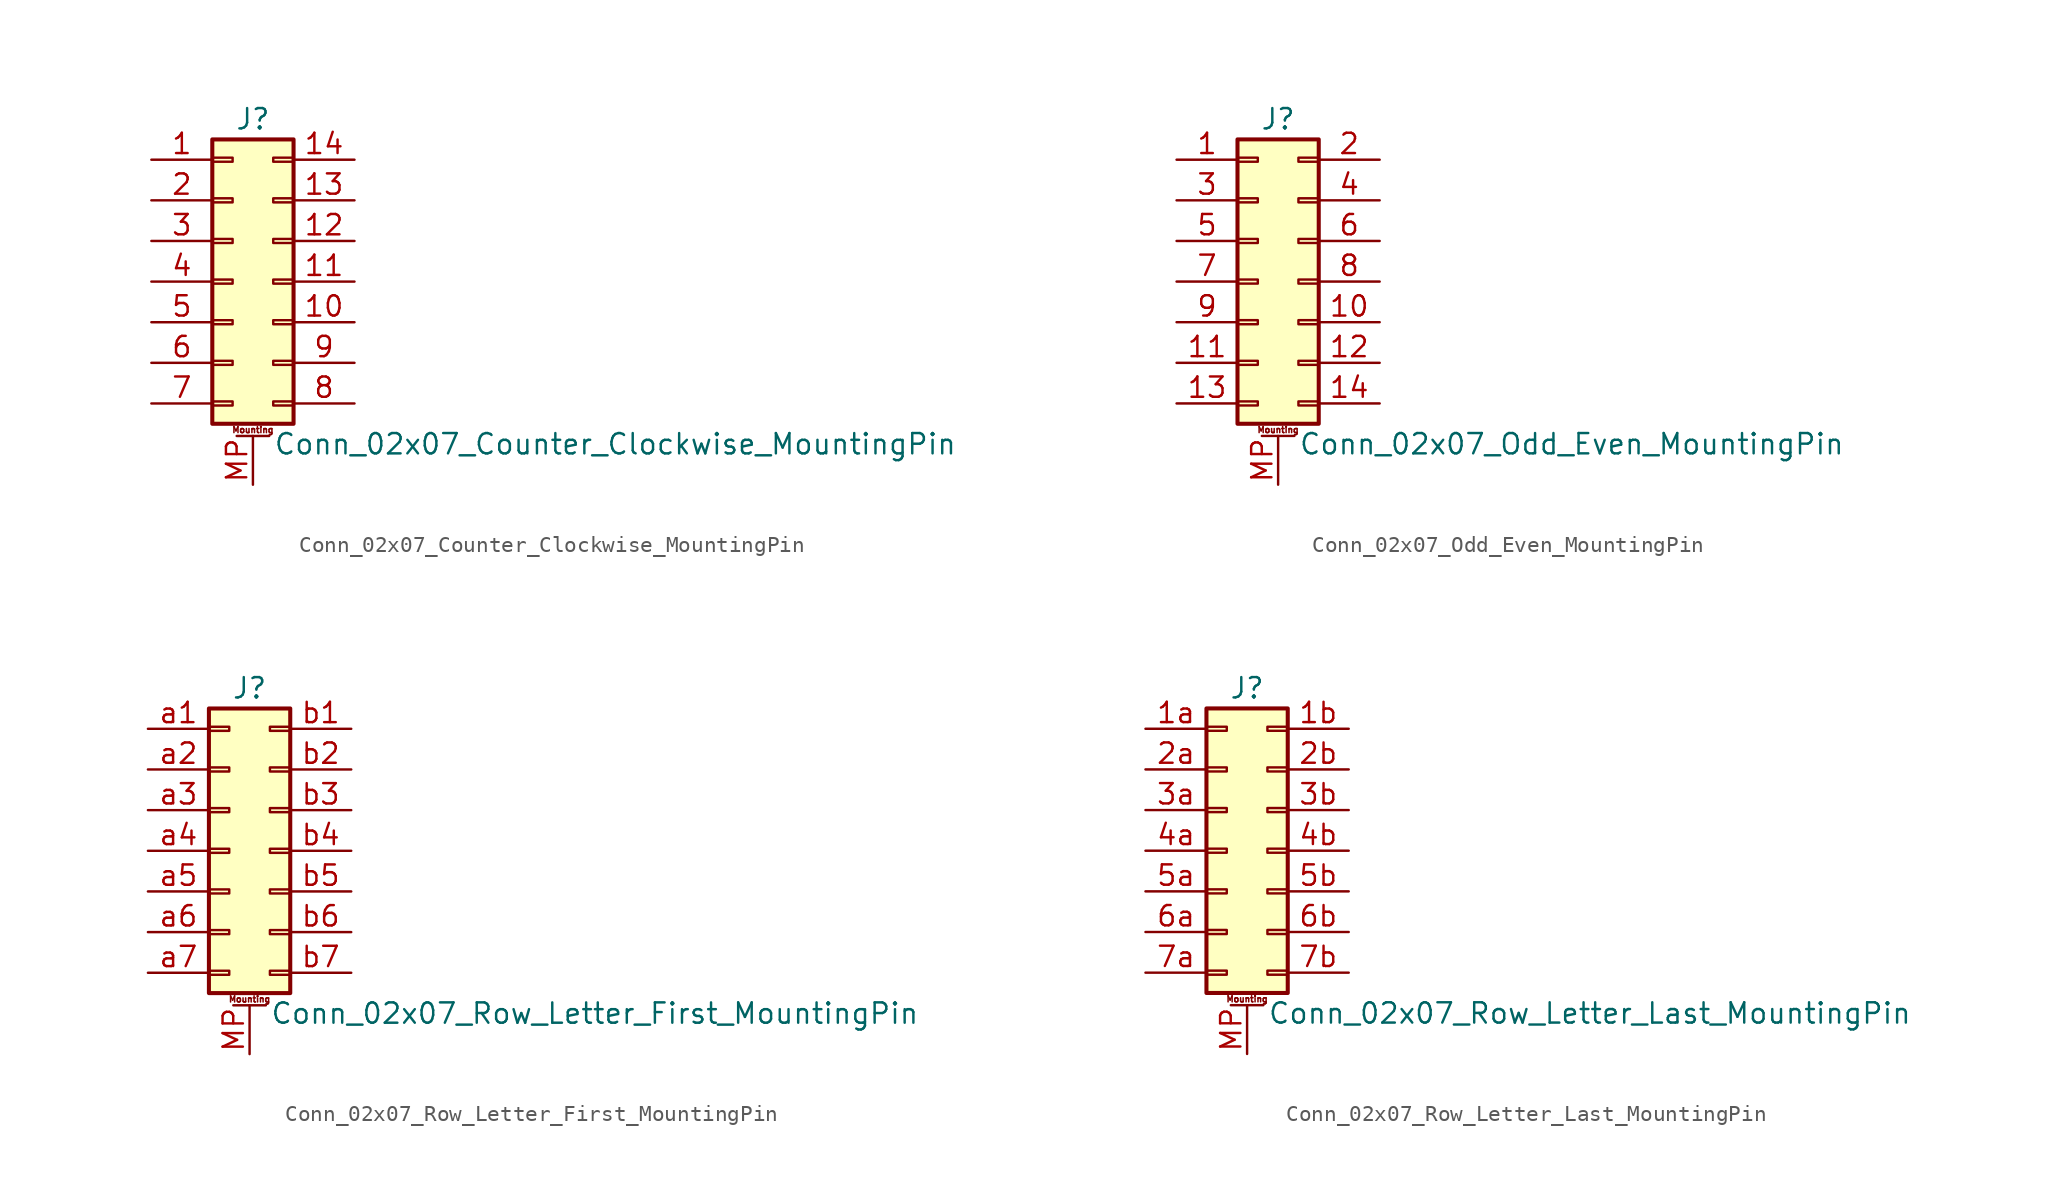
<source format=kicad_sym>
(kicad_symbol_lib
  (version 20201005)
  (generator kicad_symbol_editor)
  (symbol "Conn_02x07_Counter_Clockwise_MountingPin"
    (pin_names
      (offset 1.016) hide)
    (property "Reference" "J"
      (at 1.27 10.16 0)
      (effects (font (size 1.27 1.27))))
    (property "Value" "Conn_02x07_Counter_Clockwise_MountingPin"
      (at 2.54 -10.16 0)
      (effects (font (size 1.27 1.27)) (justify left)))
    (symbol "Conn_02x07_Counter_Clockwise_MountingPin_1_1"
      (text "Mounting" (at 1.27 -9.271 0) (effects (font (size 0.381 0.381))))
      (rectangle (start -1.27 -7.493) (end 0 -7.747) (stroke (width 0.152)) (fill (type none)))
      (rectangle (start -1.27 -4.953) (end 0 -5.207) (stroke (width 0.152)) (fill (type none)))
      (rectangle (start -1.27 -2.413) (end 0 -2.667) (stroke (width 0.152)) (fill (type none)))
      (rectangle (start -1.27 0.127) (end 0 -0.127) (stroke (width 0.152)) (fill (type none)))
      (rectangle (start -1.27 2.667) (end 0 2.413) (stroke (width 0.152)) (fill (type none)))
      (rectangle (start -1.27 5.207) (end 0 4.953) (stroke (width 0.152)) (fill (type none)))
      (rectangle (start -1.27 7.747) (end 0 7.493) (stroke (width 0.152)) (fill (type none)))
      (rectangle (start 3.81 -7.493) (end 2.54 -7.747) (stroke (width 0.152)) (fill (type none)))
      (rectangle (start 3.81 -4.953) (end 2.54 -5.207) (stroke (width 0.152)) (fill (type none)))
      (rectangle (start 3.81 -2.413) (end 2.54 -2.667) (stroke (width 0.152)) (fill (type none)))
      (rectangle (start 3.81 0.127) (end 2.54 -0.127) (stroke (width 0.152)) (fill (type none)))
      (rectangle (start 3.81 2.667) (end 2.54 2.413) (stroke (width 0.152)) (fill (type none)))
      (rectangle (start 3.81 5.207) (end 2.54 4.953) (stroke (width 0.152)) (fill (type none)))
      (rectangle (start 3.81 7.747) (end 2.54 7.493) (stroke (width 0.152)) (fill (type none)))
      (rectangle (start -1.27 8.89) (end 3.81 -8.89) (stroke (width 0.254)) (fill (type background)))
      (polyline (pts (xy 0.254 -9.652) (xy 2.286 -9.652)) (stroke (width 0.152)) (fill (type none)))
      (pin passive line (at -5.08 7.62 0) (length 3.81) (name "Pin_1" (effects (font (size 1.27 1.27)))) (number "1" (effects (font (size 1.27 1.27)))))
      (pin passive line (at 7.62 -2.54 180) (length 3.81) (name "Pin_10" (effects (font (size 1.27 1.27)))) (number "10" (effects (font (size 1.27 1.27)))))
      (pin passive line (at 7.62 0 180) (length 3.81) (name "Pin_11" (effects (font (size 1.27 1.27)))) (number "11" (effects (font (size 1.27 1.27)))))
      (pin passive line (at 7.62 2.54 180) (length 3.81) (name "Pin_12" (effects (font (size 1.27 1.27)))) (number "12" (effects (font (size 1.27 1.27)))))
      (pin passive line (at 7.62 5.08 180) (length 3.81) (name "Pin_13" (effects (font (size 1.27 1.27)))) (number "13" (effects (font (size 1.27 1.27)))))
      (pin passive line (at 7.62 7.62 180) (length 3.81) (name "Pin_14" (effects (font (size 1.27 1.27)))) (number "14" (effects (font (size 1.27 1.27)))))
      (pin passive line (at -5.08 5.08 0) (length 3.81) (name "Pin_2" (effects (font (size 1.27 1.27)))) (number "2" (effects (font (size 1.27 1.27)))))
      (pin passive line (at -5.08 2.54 0) (length 3.81) (name "Pin_3" (effects (font (size 1.27 1.27)))) (number "3" (effects (font (size 1.27 1.27)))))
      (pin passive line (at -5.08 0 0) (length 3.81) (name "Pin_4" (effects (font (size 1.27 1.27)))) (number "4" (effects (font (size 1.27 1.27)))))
      (pin passive line (at -5.08 -2.54 0) (length 3.81) (name "Pin_5" (effects (font (size 1.27 1.27)))) (number "5" (effects (font (size 1.27 1.27)))))
      (pin passive line (at -5.08 -5.08 0) (length 3.81) (name "Pin_6" (effects (font (size 1.27 1.27)))) (number "6" (effects (font (size 1.27 1.27)))))
      (pin passive line (at -5.08 -7.62 0) (length 3.81) (name "Pin_7" (effects (font (size 1.27 1.27)))) (number "7" (effects (font (size 1.27 1.27)))))
      (pin passive line (at 7.62 -7.62 180) (length 3.81) (name "Pin_8" (effects (font (size 1.27 1.27)))) (number "8" (effects (font (size 1.27 1.27)))))
      (pin passive line (at 7.62 -5.08 180) (length 3.81) (name "Pin_9" (effects (font (size 1.27 1.27)))) (number "9" (effects (font (size 1.27 1.27)))))
      (pin passive line (at 1.27 -12.7 90) (length 3.048) (name "MountPin" (effects (font (size 1.27 1.27)))) (number "MP" (effects (font (size 1.27 1.27)))))))
  (symbol "Conn_02x07_Odd_Even_MountingPin"
    (pin_names
      (offset 1.016) hide)
    (property "Reference" "J"
      (at 1.27 10.16 0)
      (effects (font (size 1.27 1.27))))
    (property "Value" "Conn_02x07_Odd_Even_MountingPin"
      (at 2.54 -10.16 0)
      (effects (font (size 1.27 1.27)) (justify left)))
    (symbol "Conn_02x07_Odd_Even_MountingPin_1_1"
      (text "Mounting" (at 1.27 -9.271 0) (effects (font (size 0.381 0.381))))
      (rectangle (start -1.27 -7.493) (end 0 -7.747) (stroke (width 0.152)) (fill (type none)))
      (rectangle (start -1.27 -4.953) (end 0 -5.207) (stroke (width 0.152)) (fill (type none)))
      (rectangle (start -1.27 -2.413) (end 0 -2.667) (stroke (width 0.152)) (fill (type none)))
      (rectangle (start -1.27 0.127) (end 0 -0.127) (stroke (width 0.152)) (fill (type none)))
      (rectangle (start -1.27 2.667) (end 0 2.413) (stroke (width 0.152)) (fill (type none)))
      (rectangle (start -1.27 5.207) (end 0 4.953) (stroke (width 0.152)) (fill (type none)))
      (rectangle (start -1.27 7.747) (end 0 7.493) (stroke (width 0.152)) (fill (type none)))
      (rectangle (start 3.81 -7.493) (end 2.54 -7.747) (stroke (width 0.152)) (fill (type none)))
      (rectangle (start 3.81 -4.953) (end 2.54 -5.207) (stroke (width 0.152)) (fill (type none)))
      (rectangle (start 3.81 -2.413) (end 2.54 -2.667) (stroke (width 0.152)) (fill (type none)))
      (rectangle (start 3.81 0.127) (end 2.54 -0.127) (stroke (width 0.152)) (fill (type none)))
      (rectangle (start 3.81 2.667) (end 2.54 2.413) (stroke (width 0.152)) (fill (type none)))
      (rectangle (start 3.81 5.207) (end 2.54 4.953) (stroke (width 0.152)) (fill (type none)))
      (rectangle (start 3.81 7.747) (end 2.54 7.493) (stroke (width 0.152)) (fill (type none)))
      (rectangle (start -1.27 8.89) (end 3.81 -8.89) (stroke (width 0.254)) (fill (type background)))
      (polyline (pts (xy 0.254 -9.652) (xy 2.286 -9.652)) (stroke (width 0.152)) (fill (type none)))
      (pin passive line (at -5.08 7.62 0) (length 3.81) (name "Pin_1" (effects (font (size 1.27 1.27)))) (number "1" (effects (font (size 1.27 1.27)))))
      (pin passive line (at 7.62 -2.54 180) (length 3.81) (name "Pin_10" (effects (font (size 1.27 1.27)))) (number "10" (effects (font (size 1.27 1.27)))))
      (pin passive line (at -5.08 -5.08 0) (length 3.81) (name "Pin_11" (effects (font (size 1.27 1.27)))) (number "11" (effects (font (size 1.27 1.27)))))
      (pin passive line (at 7.62 -5.08 180) (length 3.81) (name "Pin_12" (effects (font (size 1.27 1.27)))) (number "12" (effects (font (size 1.27 1.27)))))
      (pin passive line (at -5.08 -7.62 0) (length 3.81) (name "Pin_13" (effects (font (size 1.27 1.27)))) (number "13" (effects (font (size 1.27 1.27)))))
      (pin passive line (at 7.62 -7.62 180) (length 3.81) (name "Pin_14" (effects (font (size 1.27 1.27)))) (number "14" (effects (font (size 1.27 1.27)))))
      (pin passive line (at 7.62 7.62 180) (length 3.81) (name "Pin_2" (effects (font (size 1.27 1.27)))) (number "2" (effects (font (size 1.27 1.27)))))
      (pin passive line (at -5.08 5.08 0) (length 3.81) (name "Pin_3" (effects (font (size 1.27 1.27)))) (number "3" (effects (font (size 1.27 1.27)))))
      (pin passive line (at 7.62 5.08 180) (length 3.81) (name "Pin_4" (effects (font (size 1.27 1.27)))) (number "4" (effects (font (size 1.27 1.27)))))
      (pin passive line (at -5.08 2.54 0) (length 3.81) (name "Pin_5" (effects (font (size 1.27 1.27)))) (number "5" (effects (font (size 1.27 1.27)))))
      (pin passive line (at 7.62 2.54 180) (length 3.81) (name "Pin_6" (effects (font (size 1.27 1.27)))) (number "6" (effects (font (size 1.27 1.27)))))
      (pin passive line (at -5.08 0 0) (length 3.81) (name "Pin_7" (effects (font (size 1.27 1.27)))) (number "7" (effects (font (size 1.27 1.27)))))
      (pin passive line (at 7.62 0 180) (length 3.81) (name "Pin_8" (effects (font (size 1.27 1.27)))) (number "8" (effects (font (size 1.27 1.27)))))
      (pin passive line (at -5.08 -2.54 0) (length 3.81) (name "Pin_9" (effects (font (size 1.27 1.27)))) (number "9" (effects (font (size 1.27 1.27)))))
      (pin passive line (at 1.27 -12.7 90) (length 3.048) (name "MountPin" (effects (font (size 1.27 1.27)))) (number "MP" (effects (font (size 1.27 1.27)))))))
  (symbol "Conn_02x07_Row_Letter_First_MountingPin"
    (pin_names
      (offset 1.016) hide)
    (property "Reference" "J"
      (at 1.27 10.16 0)
      (effects (font (size 1.27 1.27))))
    (property "Value" "Conn_02x07_Row_Letter_First_MountingPin"
      (at 2.54 -10.16 0)
      (effects (font (size 1.27 1.27)) (justify left)))
    (symbol "Conn_02x07_Row_Letter_First_MountingPin_1_1"
      (text "Mounting" (at 1.27 -9.271 0) (effects (font (size 0.381 0.381))))
      (rectangle (start -1.27 -7.493) (end 0 -7.747) (stroke (width 0.152)) (fill (type none)))
      (rectangle (start -1.27 -4.953) (end 0 -5.207) (stroke (width 0.152)) (fill (type none)))
      (rectangle (start -1.27 -2.413) (end 0 -2.667) (stroke (width 0.152)) (fill (type none)))
      (rectangle (start -1.27 0.127) (end 0 -0.127) (stroke (width 0.152)) (fill (type none)))
      (rectangle (start -1.27 2.667) (end 0 2.413) (stroke (width 0.152)) (fill (type none)))
      (rectangle (start -1.27 5.207) (end 0 4.953) (stroke (width 0.152)) (fill (type none)))
      (rectangle (start -1.27 7.747) (end 0 7.493) (stroke (width 0.152)) (fill (type none)))
      (rectangle (start 3.81 -7.493) (end 2.54 -7.747) (stroke (width 0.152)) (fill (type none)))
      (rectangle (start 3.81 -4.953) (end 2.54 -5.207) (stroke (width 0.152)) (fill (type none)))
      (rectangle (start 3.81 -2.413) (end 2.54 -2.667) (stroke (width 0.152)) (fill (type none)))
      (rectangle (start 3.81 0.127) (end 2.54 -0.127) (stroke (width 0.152)) (fill (type none)))
      (rectangle (start 3.81 2.667) (end 2.54 2.413) (stroke (width 0.152)) (fill (type none)))
      (rectangle (start 3.81 5.207) (end 2.54 4.953) (stroke (width 0.152)) (fill (type none)))
      (rectangle (start 3.81 7.747) (end 2.54 7.493) (stroke (width 0.152)) (fill (type none)))
      (rectangle (start -1.27 8.89) (end 3.81 -8.89) (stroke (width 0.254)) (fill (type background)))
      (polyline (pts (xy 0.254 -9.652) (xy 2.286 -9.652)) (stroke (width 0.152)) (fill (type none)))
      (pin passive line (at 1.27 -12.7 90) (length 3.048) (name "MountPin" (effects (font (size 1.27 1.27)))) (number "MP" (effects (font (size 1.27 1.27)))))
      (pin passive line (at -5.08 7.62 0) (length 3.81) (name "Pin_a1" (effects (font (size 1.27 1.27)))) (number "a1" (effects (font (size 1.27 1.27)))))
      (pin passive line (at -5.08 5.08 0) (length 3.81) (name "Pin_a2" (effects (font (size 1.27 1.27)))) (number "a2" (effects (font (size 1.27 1.27)))))
      (pin passive line (at -5.08 2.54 0) (length 3.81) (name "Pin_a3" (effects (font (size 1.27 1.27)))) (number "a3" (effects (font (size 1.27 1.27)))))
      (pin passive line (at -5.08 0 0) (length 3.81) (name "Pin_a4" (effects (font (size 1.27 1.27)))) (number "a4" (effects (font (size 1.27 1.27)))))
      (pin passive line (at -5.08 -2.54 0) (length 3.81) (name "Pin_a5" (effects (font (size 1.27 1.27)))) (number "a5" (effects (font (size 1.27 1.27)))))
      (pin passive line (at -5.08 -5.08 0) (length 3.81) (name "Pin_a6" (effects (font (size 1.27 1.27)))) (number "a6" (effects (font (size 1.27 1.27)))))
      (pin passive line (at -5.08 -7.62 0) (length 3.81) (name "Pin_a7" (effects (font (size 1.27 1.27)))) (number "a7" (effects (font (size 1.27 1.27)))))
      (pin passive line (at 7.62 7.62 180) (length 3.81) (name "Pin_b1" (effects (font (size 1.27 1.27)))) (number "b1" (effects (font (size 1.27 1.27)))))
      (pin passive line (at 7.62 5.08 180) (length 3.81) (name "Pin_b2" (effects (font (size 1.27 1.27)))) (number "b2" (effects (font (size 1.27 1.27)))))
      (pin passive line (at 7.62 2.54 180) (length 3.81) (name "Pin_b3" (effects (font (size 1.27 1.27)))) (number "b3" (effects (font (size 1.27 1.27)))))
      (pin passive line (at 7.62 0 180) (length 3.81) (name "Pin_b4" (effects (font (size 1.27 1.27)))) (number "b4" (effects (font (size 1.27 1.27)))))
      (pin passive line (at 7.62 -2.54 180) (length 3.81) (name "Pin_b5" (effects (font (size 1.27 1.27)))) (number "b5" (effects (font (size 1.27 1.27)))))
      (pin passive line (at 7.62 -5.08 180) (length 3.81) (name "Pin_b6" (effects (font (size 1.27 1.27)))) (number "b6" (effects (font (size 1.27 1.27)))))
      (pin passive line (at 7.62 -7.62 180) (length 3.81) (name "Pin_b7" (effects (font (size 1.27 1.27)))) (number "b7" (effects (font (size 1.27 1.27)))))))
  (symbol "Conn_02x07_Row_Letter_Last_MountingPin"
    (pin_names
      (offset 1.016) hide)
    (property "Reference" "J"
      (at 1.27 10.16 0)
      (effects (font (size 1.27 1.27))))
    (property "Value" "Conn_02x07_Row_Letter_Last_MountingPin"
      (at 2.54 -10.16 0)
      (effects (font (size 1.27 1.27)) (justify left)))
    (symbol "Conn_02x07_Row_Letter_Last_MountingPin_1_1"
      (text "Mounting" (at 1.27 -9.271 0) (effects (font (size 0.381 0.381))))
      (rectangle (start -1.27 -7.493) (end 0 -7.747) (stroke (width 0.152)) (fill (type none)))
      (rectangle (start -1.27 -4.953) (end 0 -5.207) (stroke (width 0.152)) (fill (type none)))
      (rectangle (start -1.27 -2.413) (end 0 -2.667) (stroke (width 0.152)) (fill (type none)))
      (rectangle (start -1.27 0.127) (end 0 -0.127) (stroke (width 0.152)) (fill (type none)))
      (rectangle (start -1.27 2.667) (end 0 2.413) (stroke (width 0.152)) (fill (type none)))
      (rectangle (start -1.27 5.207) (end 0 4.953) (stroke (width 0.152)) (fill (type none)))
      (rectangle (start -1.27 7.747) (end 0 7.493) (stroke (width 0.152)) (fill (type none)))
      (rectangle (start 3.81 -7.493) (end 2.54 -7.747) (stroke (width 0.152)) (fill (type none)))
      (rectangle (start 3.81 -4.953) (end 2.54 -5.207) (stroke (width 0.152)) (fill (type none)))
      (rectangle (start 3.81 -2.413) (end 2.54 -2.667) (stroke (width 0.152)) (fill (type none)))
      (rectangle (start 3.81 0.127) (end 2.54 -0.127) (stroke (width 0.152)) (fill (type none)))
      (rectangle (start 3.81 2.667) (end 2.54 2.413) (stroke (width 0.152)) (fill (type none)))
      (rectangle (start 3.81 5.207) (end 2.54 4.953) (stroke (width 0.152)) (fill (type none)))
      (rectangle (start 3.81 7.747) (end 2.54 7.493) (stroke (width 0.152)) (fill (type none)))
      (rectangle (start -1.27 8.89) (end 3.81 -8.89) (stroke (width 0.254)) (fill (type background)))
      (polyline (pts (xy 0.254 -9.652) (xy 2.286 -9.652)) (stroke (width 0.152)) (fill (type none)))
      (pin passive line (at -5.08 7.62 0) (length 3.81) (name "Pin_1a" (effects (font (size 1.27 1.27)))) (number "1a" (effects (font (size 1.27 1.27)))))
      (pin passive line (at 7.62 7.62 180) (length 3.81) (name "Pin_1b" (effects (font (size 1.27 1.27)))) (number "1b" (effects (font (size 1.27 1.27)))))
      (pin passive line (at -5.08 5.08 0) (length 3.81) (name "Pin_2a" (effects (font (size 1.27 1.27)))) (number "2a" (effects (font (size 1.27 1.27)))))
      (pin passive line (at 7.62 5.08 180) (length 3.81) (name "Pin_2b" (effects (font (size 1.27 1.27)))) (number "2b" (effects (font (size 1.27 1.27)))))
      (pin passive line (at -5.08 2.54 0) (length 3.81) (name "Pin_3a" (effects (font (size 1.27 1.27)))) (number "3a" (effects (font (size 1.27 1.27)))))
      (pin passive line (at 7.62 2.54 180) (length 3.81) (name "Pin_3b" (effects (font (size 1.27 1.27)))) (number "3b" (effects (font (size 1.27 1.27)))))
      (pin passive line (at -5.08 0 0) (length 3.81) (name "Pin_4a" (effects (font (size 1.27 1.27)))) (number "4a" (effects (font (size 1.27 1.27)))))
      (pin passive line (at 7.62 0 180) (length 3.81) (name "Pin_4b" (effects (font (size 1.27 1.27)))) (number "4b" (effects (font (size 1.27 1.27)))))
      (pin passive line (at -5.08 -2.54 0) (length 3.81) (name "Pin_5a" (effects (font (size 1.27 1.27)))) (number "5a" (effects (font (size 1.27 1.27)))))
      (pin passive line (at 7.62 -2.54 180) (length 3.81) (name "Pin_5b" (effects (font (size 1.27 1.27)))) (number "5b" (effects (font (size 1.27 1.27)))))
      (pin passive line (at -5.08 -5.08 0) (length 3.81) (name "Pin_6a" (effects (font (size 1.27 1.27)))) (number "6a" (effects (font (size 1.27 1.27)))))
      (pin passive line (at 7.62 -5.08 180) (length 3.81) (name "Pin_6b" (effects (font (size 1.27 1.27)))) (number "6b" (effects (font (size 1.27 1.27)))))
      (pin passive line (at -5.08 -7.62 0) (length 3.81) (name "Pin_7a" (effects (font (size 1.27 1.27)))) (number "7a" (effects (font (size 1.27 1.27)))))
      (pin passive line (at 7.62 -7.62 180) (length 3.81) (name "Pin_7b" (effects (font (size 1.27 1.27)))) (number "7b" (effects (font (size 1.27 1.27)))))
      (pin passive line (at 1.27 -12.7 90) (length 3.048) (name "MountPin" (effects (font (size 1.27 1.27)))) (number "MP" (effects (font (size 1.27 1.27))))))))
</source>
